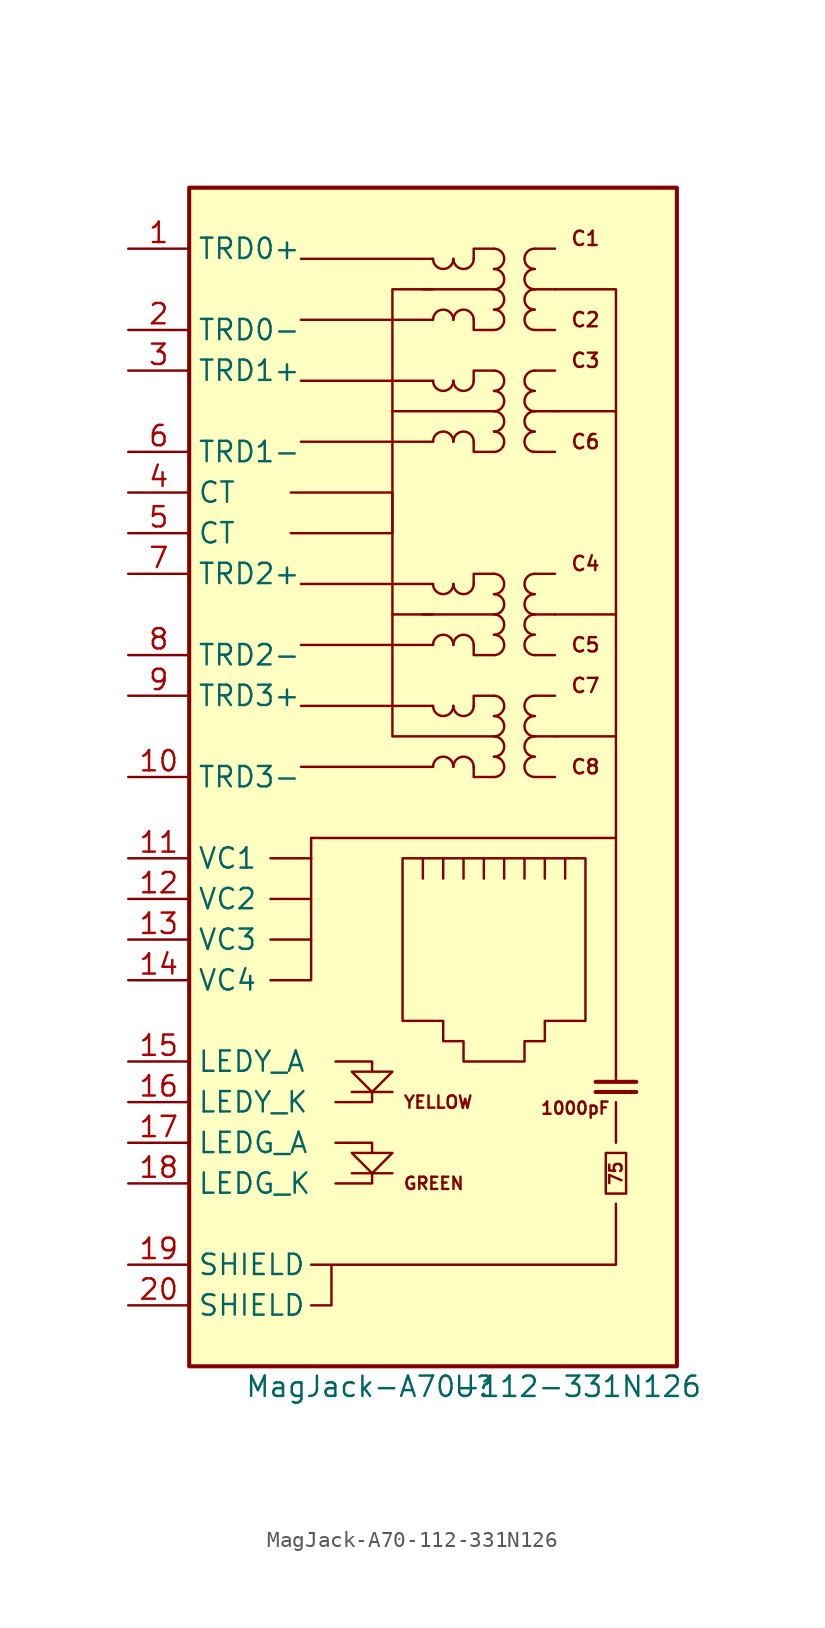
<source format=kicad_sym>
(kicad_symbol_lib
  (version 20211014)
  (generator kicad_symbol_editor)
  (symbol "MagJack-A70-112-331N126"
    (property "Reference" "U"
      (at 0 0 0)
      (effects (font (size 1.27 1.27))))
    (property "Value" "MagJack-A70-112-331N126"
      (at 0 0 0)
      (effects (font (size 1.27 1.27))))
    (symbol "MagJack-A70-112-331N126_0_1"
      (polyline (pts (xy 1.27 40.64) (xy -5.08 40.64) (xy -5.08 48.26) (xy -2.54 48.26) (xy -5.08 48.26)) (stroke (width 0) (type default) (color 0 0 0 0)) (fill (type none)))
      (polyline (pts (xy 1.27 60.96) (xy -5.08 60.96) (xy -5.08 68.58) (xy -2.54 68.58) (xy -5.08 68.58)) (stroke (width 0) (type default) (color 0 0 0 0)) (fill (type none))))
    (symbol "MagJack-A70-112-331N126_1_1"
      (rectangle (start -17.78 1.27) (end 12.7 74.93) (stroke (width 0.254) (type default) (color 0 0 0 0)) (fill (type background)))
      (arc (start -2.54 42.545) (mid -1.905 41.91) (end -1.27 42.545) (stroke (width 0) (type default) (color 0 0 0 0)) (fill (type none)))
      (arc (start -2.54 50.165) (mid -1.905 49.53) (end -1.27 50.165) (stroke (width 0) (type default) (color 0 0 0 0)) (fill (type none)))
      (arc (start -2.54 62.865) (mid -1.905 62.23) (end -1.27 62.865) (stroke (width 0) (type default) (color 0 0 0 0)) (fill (type none)))
      (arc (start -2.54 70.485) (mid -1.905 69.85) (end -1.27 70.485) (stroke (width 0) (type default) (color 0 0 0 0)) (fill (type none)))
      (arc (start -1.27 38.735) (mid -1.905 39.37) (end -2.54 38.735) (stroke (width 0) (type default) (color 0 0 0 0)) (fill (type none)))
      (arc (start -1.27 42.545) (mid -0.635 41.91) (end 0 42.545) (stroke (width 0) (type default) (color 0 0 0 0)) (fill (type none)))
      (arc (start -1.27 46.355) (mid -1.905 46.99) (end -2.54 46.355) (stroke (width 0) (type default) (color 0 0 0 0)) (fill (type none)))
      (arc (start -1.27 50.165) (mid -0.635 49.53) (end 0 50.165) (stroke (width 0) (type default) (color 0 0 0 0)) (fill (type none)))
      (arc (start -1.27 59.055) (mid -1.905 59.69) (end -2.54 59.055) (stroke (width 0) (type default) (color 0 0 0 0)) (fill (type none)))
      (arc (start -1.27 62.865) (mid -0.635 62.23) (end 0 62.865) (stroke (width 0) (type default) (color 0 0 0 0)) (fill (type none)))
      (arc (start -1.27 66.675) (mid -1.905 67.31) (end -2.54 66.675) (stroke (width 0) (type default) (color 0 0 0 0)) (fill (type none)))
      (arc (start -1.27 70.485) (mid -0.635 69.85) (end 0 70.485) (stroke (width 0) (type default) (color 0 0 0 0)) (fill (type none)))
      (polyline (pts (xy -12.7 27.94) (xy -10.16 27.94)) (stroke (width 0) (type default) (color 0 0 0 0)) (fill (type none)))
      (polyline (pts (xy -12.7 30.48) (xy -10.16 30.48)) (stroke (width 0) (type default) (color 0 0 0 0)) (fill (type none)))
      (polyline (pts (xy -12.7 33.02) (xy -10.16 33.02)) (stroke (width 0) (type default) (color 0 0 0 0)) (fill (type none)))
      (polyline (pts (xy -10.16 33.02) (xy -10.16 34.29)) (stroke (width 0) (type default) (color 0 0 0 0)) (fill (type none)))
      (polyline (pts (xy -5.08 13.335) (xy -7.62 13.335)) (stroke (width 0) (type default) (color 0 0 0 0)) (fill (type none)))
      (polyline (pts (xy -5.08 18.415) (xy -7.62 18.415)) (stroke (width 0) (type default) (color 0 0 0 0)) (fill (type none)))
      (polyline (pts (xy -5.08 48.26) (xy -5.08 60.96)) (stroke (width 0) (type default) (color 0 0 0 0)) (fill (type none)))
      (polyline (pts (xy -3.175 31.75) (xy -3.175 33.02)) (stroke (width 0) (type default) (color 0 0 0 0)) (fill (type none)))
      (polyline (pts (xy -3.175 48.26) (xy 1.27 48.26)) (stroke (width 0) (type default) (color 0 0 0 0)) (fill (type none)))
      (polyline (pts (xy -3.175 68.58) (xy 1.27 68.58)) (stroke (width 0) (type default) (color 0 0 0 0)) (fill (type none)))
      (polyline (pts (xy -2.54 38.735) (xy -10.795 38.735)) (stroke (width 0) (type default) (color 0 0 0 0)) (fill (type none)))
      (polyline (pts (xy -2.54 42.545) (xy -10.795 42.545)) (stroke (width 0) (type default) (color 0 0 0 0)) (fill (type none)))
      (polyline (pts (xy -2.54 46.355) (xy -10.795 46.355)) (stroke (width 0) (type default) (color 0 0 0 0)) (fill (type none)))
      (polyline (pts (xy -2.54 50.165) (xy -10.795 50.165)) (stroke (width 0) (type default) (color 0 0 0 0)) (fill (type none)))
      (polyline (pts (xy -2.54 59.055) (xy -10.795 59.055)) (stroke (width 0) (type default) (color 0 0 0 0)) (fill (type none)))
      (polyline (pts (xy -2.54 62.865) (xy -10.795 62.865)) (stroke (width 0) (type default) (color 0 0 0 0)) (fill (type none)))
      (polyline (pts (xy -2.54 66.675) (xy -10.795 66.675)) (stroke (width 0) (type default) (color 0 0 0 0)) (fill (type none)))
      (polyline (pts (xy -2.54 70.485) (xy -10.795 70.485)) (stroke (width 0) (type default) (color 0 0 0 0)) (fill (type none)))
      (polyline (pts (xy -1.905 33.02) (xy -1.905 31.75)) (stroke (width 0) (type default) (color 0 0 0 0)) (fill (type none)))
      (polyline (pts (xy -0.635 33.02) (xy -0.635 31.75)) (stroke (width 0) (type default) (color 0 0 0 0)) (fill (type none)))
      (polyline (pts (xy 0.635 33.02) (xy 0.635 31.75)) (stroke (width 0) (type default) (color 0 0 0 0)) (fill (type none)))
      (polyline (pts (xy 1.905 33.02) (xy 1.905 31.75)) (stroke (width 0) (type default) (color 0 0 0 0)) (fill (type none)))
      (polyline (pts (xy 3.175 33.02) (xy 3.175 31.75)) (stroke (width 0) (type default) (color 0 0 0 0)) (fill (type none)))
      (polyline (pts (xy 3.81 38.1) (xy 5.08 38.1)) (stroke (width 0) (type default) (color 0 0 0 0)) (fill (type none)))
      (polyline (pts (xy 3.81 40.64) (xy 5.08 40.64)) (stroke (width 0) (type default) (color 0 0 0 0)) (fill (type none)))
      (polyline (pts (xy 3.81 43.18) (xy 5.08 43.18)) (stroke (width 0) (type default) (color 0 0 0 0)) (fill (type none)))
      (polyline (pts (xy 3.81 45.72) (xy 5.08 45.72)) (stroke (width 0) (type default) (color 0 0 0 0)) (fill (type none)))
      (polyline (pts (xy 3.81 48.26) (xy 5.08 48.26)) (stroke (width 0) (type default) (color 0 0 0 0)) (fill (type none)))
      (polyline (pts (xy 3.81 50.8) (xy 5.08 50.8)) (stroke (width 0) (type default) (color 0 0 0 0)) (fill (type none)))
      (polyline (pts (xy 3.81 58.42) (xy 5.08 58.42)) (stroke (width 0) (type default) (color 0 0 0 0)) (fill (type none)))
      (polyline (pts (xy 3.81 60.96) (xy 5.08 60.96)) (stroke (width 0) (type default) (color 0 0 0 0)) (fill (type none)))
      (polyline (pts (xy 3.81 63.5) (xy 5.08 63.5)) (stroke (width 0) (type default) (color 0 0 0 0)) (fill (type none)))
      (polyline (pts (xy 3.81 66.04) (xy 5.08 66.04)) (stroke (width 0) (type default) (color 0 0 0 0)) (fill (type none)))
      (polyline (pts (xy 3.81 68.58) (xy 5.08 68.58)) (stroke (width 0) (type default) (color 0 0 0 0)) (fill (type none)))
      (polyline (pts (xy 3.81 71.12) (xy 5.08 71.12)) (stroke (width 0) (type default) (color 0 0 0 0)) (fill (type none)))
      (polyline (pts (xy 4.445 31.75) (xy 4.445 33.02)) (stroke (width 0) (type default) (color 0 0 0 0)) (fill (type none)))
      (polyline (pts (xy 5.08 40.64) (xy 8.89 40.64)) (stroke (width 0) (type default) (color 0 0 0 0)) (fill (type none)))
      (polyline (pts (xy 5.08 48.26) (xy 8.89 48.26)) (stroke (width 0) (type default) (color 0 0 0 0)) (fill (type none)))
      (polyline (pts (xy 5.08 60.96) (xy 8.89 60.96)) (stroke (width 0) (type default) (color 0 0 0 0)) (fill (type none)))
      (polyline (pts (xy 5.715 31.75) (xy 5.715 33.02)) (stroke (width 0) (type default) (color 0 0 0 0)) (fill (type none)))
      (polyline (pts (xy 7.62 18.415) (xy 10.16 18.415)) (stroke (width 0.254) (type default) (color 0 0 0 0)) (fill (type none)))
      (polyline (pts (xy 7.62 19.05) (xy 10.16 19.05)) (stroke (width 0.254) (type default) (color 0 0 0 0)) (fill (type none)))
      (polyline (pts (xy 8.89 15.24) (xy 8.89 17.78)) (stroke (width 0) (type default) (color 0 0 0 0)) (fill (type none)))
      (polyline (pts (xy 8.89 19.05) (xy 8.89 34.29)) (stroke (width 0) (type default) (color 0 0 0 0)) (fill (type none)))
      (polyline (pts (xy -10.16 33.02) (xy -10.16 25.4) (xy -12.7 25.4)) (stroke (width 0) (type default) (color 0 0 0 0)) (fill (type none)))
      (polyline (pts (xy -8.636 12.7) (xy -6.35 12.7) (xy -6.35 13.335)) (stroke (width 0) (type default) (color 0 0 0 0)) (fill (type none)))
      (polyline (pts (xy -8.636 15.24) (xy -6.35 15.24) (xy -6.35 14.605)) (stroke (width 0) (type default) (color 0 0 0 0)) (fill (type none)))
      (polyline (pts (xy -8.636 20.32) (xy -6.35 20.32) (xy -6.35 19.685)) (stroke (width 0) (type default) (color 0 0 0 0)) (fill (type none)))
      (polyline (pts (xy -6.35 18.415) (xy -6.35 17.78) (xy -8.636 17.78)) (stroke (width 0) (type default) (color 0 0 0 0)) (fill (type none)))
      (polyline (pts (xy 0 38.735) (xy 0 38.1) (xy 1.27 38.1)) (stroke (width 0) (type default) (color 0 0 0 0)) (fill (type none)))
      (polyline (pts (xy 0 46.355) (xy 0 45.72) (xy 1.27 45.72)) (stroke (width 0) (type default) (color 0 0 0 0)) (fill (type none)))
      (polyline (pts (xy 0 59.055) (xy 0 58.42) (xy 1.27 58.42)) (stroke (width 0) (type default) (color 0 0 0 0)) (fill (type none)))
      (polyline (pts (xy 0 66.675) (xy 0 66.04) (xy 1.27 66.04)) (stroke (width 0) (type default) (color 0 0 0 0)) (fill (type none)))
      (polyline (pts (xy 1.27 43.18) (xy 0 43.18) (xy 0 42.545)) (stroke (width 0) (type default) (color 0 0 0 0)) (fill (type none)))
      (polyline (pts (xy 1.27 50.8) (xy 0 50.8) (xy 0 50.165)) (stroke (width 0) (type default) (color 0 0 0 0)) (fill (type none)))
      (polyline (pts (xy 1.27 63.5) (xy 0 63.5) (xy 0 62.865)) (stroke (width 0) (type default) (color 0 0 0 0)) (fill (type none)))
      (polyline (pts (xy 1.27 71.12) (xy 0 71.12) (xy 0 70.485)) (stroke (width 0) (type default) (color 0 0 0 0)) (fill (type none)))
      (polyline (pts (xy -11.43 53.34) (xy -5.08 53.34) (xy -5.08 55.88) (xy -11.43 55.88)) (stroke (width 0) (type default) (color 0 0 0 0)) (fill (type none)))
      (polyline (pts (xy -10.16 34.29) (xy 8.89 34.29) (xy 8.89 68.58) (xy 5.08 68.58)) (stroke (width 0) (type default) (color 0 0 0 0)) (fill (type none)))
      (polyline (pts (xy -7.62 19.685) (xy -5.08 19.685) (xy -6.35 18.415) (xy -7.62 19.685)) (stroke (width 0) (type default) (color 0 0 0 0)) (fill (type none)))
      (polyline (pts (xy -5.08 14.605) (xy -7.62 14.605) (xy -6.35 13.335) (xy -5.08 14.605)) (stroke (width 0) (type default) (color 0 0 0 0)) (fill (type none)))
      (polyline (pts (xy -10.16 5.08) (xy -8.89 5.08) (xy -8.89 7.62) (xy -10.16 7.62) (xy -8.89 7.62) (xy 8.89 7.62) (xy 8.89 11.43)) (stroke (width 0) (type default) (color 0 0 0 0)) (fill (type none)))
      (polyline (pts (xy -4.445 33.02) (xy 6.985 33.02) (xy 6.985 22.86) (xy 4.445 22.86) (xy 4.445 21.59) (xy 3.175 21.59) (xy 3.175 20.32) (xy -0.635 20.32) (xy -0.635 21.59) (xy -1.905 21.59) (xy -1.905 22.86) (xy -4.445 22.86) (xy -4.445 33.02)) (stroke (width 0) (type default) (color 0 0 0 0)) (fill (type none)))
      (arc (start 0 38.735) (mid -0.635 39.37) (end -1.27 38.735) (stroke (width 0) (type default) (color 0 0 0 0)) (fill (type none)))
      (arc (start 0 46.355) (mid -0.635 46.99) (end -1.27 46.355) (stroke (width 0) (type default) (color 0 0 0 0)) (fill (type none)))
      (arc (start 0 59.055) (mid -0.635 59.69) (end -1.27 59.055) (stroke (width 0) (type default) (color 0 0 0 0)) (fill (type none)))
      (arc (start 0 66.675) (mid -0.635 67.31) (end -1.27 66.675) (stroke (width 0) (type default) (color 0 0 0 0)) (fill (type none)))
      (arc (start 1.27 38.1) (mid 1.905 38.735) (end 1.27 39.37) (stroke (width 0) (type default) (color 0 0 0 0)) (fill (type none)))
      (arc (start 1.27 39.37) (mid 1.905 40.005) (end 1.27 40.64) (stroke (width 0) (type default) (color 0 0 0 0)) (fill (type none)))
      (arc (start 1.27 40.64) (mid 1.905 41.275) (end 1.27 41.91) (stroke (width 0) (type default) (color 0 0 0 0)) (fill (type none)))
      (arc (start 1.27 41.91) (mid 1.905 42.545) (end 1.27 43.18) (stroke (width 0) (type default) (color 0 0 0 0)) (fill (type none)))
      (arc (start 1.27 45.72) (mid 1.905 46.355) (end 1.27 46.99) (stroke (width 0) (type default) (color 0 0 0 0)) (fill (type none)))
      (arc (start 1.27 46.99) (mid 1.905 47.625) (end 1.27 48.26) (stroke (width 0) (type default) (color 0 0 0 0)) (fill (type none)))
      (arc (start 1.27 48.26) (mid 1.905 48.895) (end 1.27 49.53) (stroke (width 0) (type default) (color 0 0 0 0)) (fill (type none)))
      (arc (start 1.27 49.53) (mid 1.905 50.165) (end 1.27 50.8) (stroke (width 0) (type default) (color 0 0 0 0)) (fill (type none)))
      (arc (start 1.27 58.42) (mid 1.905 59.055) (end 1.27 59.69) (stroke (width 0) (type default) (color 0 0 0 0)) (fill (type none)))
      (arc (start 1.27 59.69) (mid 1.905 60.325) (end 1.27 60.96) (stroke (width 0) (type default) (color 0 0 0 0)) (fill (type none)))
      (arc (start 1.27 60.96) (mid 1.905 61.595) (end 1.27 62.23) (stroke (width 0) (type default) (color 0 0 0 0)) (fill (type none)))
      (arc (start 1.27 62.23) (mid 1.905 62.865) (end 1.27 63.5) (stroke (width 0) (type default) (color 0 0 0 0)) (fill (type none)))
      (arc (start 1.27 66.04) (mid 1.905 66.675) (end 1.27 67.31) (stroke (width 0) (type default) (color 0 0 0 0)) (fill (type none)))
      (arc (start 1.27 67.31) (mid 1.905 67.945) (end 1.27 68.58) (stroke (width 0) (type default) (color 0 0 0 0)) (fill (type none)))
      (arc (start 1.27 68.58) (mid 1.905 69.215) (end 1.27 69.85) (stroke (width 0) (type default) (color 0 0 0 0)) (fill (type none)))
      (arc (start 1.27 69.85) (mid 1.905 70.485) (end 1.27 71.12) (stroke (width 0) (type default) (color 0 0 0 0)) (fill (type none)))
      (arc (start 3.81 39.37) (mid 3.175 38.735) (end 3.81 38.1) (stroke (width 0) (type default) (color 0 0 0 0)) (fill (type none)))
      (arc (start 3.81 40.64) (mid 3.175 40.005) (end 3.81 39.37) (stroke (width 0) (type default) (color 0 0 0 0)) (fill (type none)))
      (arc (start 3.81 41.91) (mid 3.175 41.275) (end 3.81 40.64) (stroke (width 0) (type default) (color 0 0 0 0)) (fill (type none)))
      (arc (start 3.81 43.18) (mid 3.175 42.545) (end 3.81 41.91) (stroke (width 0) (type default) (color 0 0 0 0)) (fill (type none)))
      (arc (start 3.81 46.99) (mid 3.175 46.355) (end 3.81 45.72) (stroke (width 0) (type default) (color 0 0 0 0)) (fill (type none)))
      (arc (start 3.81 48.26) (mid 3.175 47.625) (end 3.81 46.99) (stroke (width 0) (type default) (color 0 0 0 0)) (fill (type none)))
      (arc (start 3.81 49.53) (mid 3.175 48.895) (end 3.81 48.26) (stroke (width 0) (type default) (color 0 0 0 0)) (fill (type none)))
      (arc (start 3.81 50.8) (mid 3.175 50.165) (end 3.81 49.53) (stroke (width 0) (type default) (color 0 0 0 0)) (fill (type none)))
      (arc (start 3.81 59.69) (mid 3.175 59.055) (end 3.81 58.42) (stroke (width 0) (type default) (color 0 0 0 0)) (fill (type none)))
      (arc (start 3.81 60.96) (mid 3.175 60.325) (end 3.81 59.69) (stroke (width 0) (type default) (color 0 0 0 0)) (fill (type none)))
      (arc (start 3.81 62.23) (mid 3.175 61.595) (end 3.81 60.96) (stroke (width 0) (type default) (color 0 0 0 0)) (fill (type none)))
      (arc (start 3.81 63.5) (mid 3.175 62.865) (end 3.81 62.23) (stroke (width 0) (type default) (color 0 0 0 0)) (fill (type none)))
      (arc (start 3.81 67.31) (mid 3.175 66.675) (end 3.81 66.04) (stroke (width 0) (type default) (color 0 0 0 0)) (fill (type none)))
      (arc (start 3.81 68.58) (mid 3.175 67.945) (end 3.81 67.31) (stroke (width 0) (type default) (color 0 0 0 0)) (fill (type none)))
      (arc (start 3.81 69.85) (mid 3.175 69.215) (end 3.81 68.58) (stroke (width 0) (type default) (color 0 0 0 0)) (fill (type none)))
      (arc (start 3.81 71.12) (mid 3.175 70.485) (end 3.81 69.85) (stroke (width 0) (type default) (color 0 0 0 0)) (fill (type none)))
      (rectangle (start 9.525 12.065) (end 8.255 14.605) (stroke (width 0) (type default) (color 0 0 0 0)) (fill (type none)))
      (text "1000pF" (at 6.35 17.399 0) (effects (font (size 0.762 0.762))))
      (text "75" (at 8.89 13.335 900) (effects (font (size 0.762 0.762))))
      (text "C1" (at 6.985 71.755 0) (effects (font (size 0.889 0.889))))
      (text "C2" (at 6.985 66.675 0) (effects (font (size 0.889 0.889))))
      (text "C3" (at 6.985 64.135 0) (effects (font (size 0.889 0.889))))
      (text "C4" (at 6.985 51.435 0) (effects (font (size 0.889 0.889))))
      (text "C5" (at 6.985 46.355 0) (effects (font (size 0.889 0.889))))
      (text "C6" (at 6.985 59.055 0) (effects (font (size 0.889 0.889))))
      (text "C7" (at 6.985 43.815 0) (effects (font (size 0.889 0.889))))
      (text "C8" (at 6.985 38.735 0) (effects (font (size 0.889 0.889))))
      (text "GREEN" (at -4.445 12.7 0) (effects (font (size 0.762 0.762)) (justify left)))
      (text "YELLOW" (at -4.445 17.78 0) (effects (font (size 0.762 0.762)) (justify left)))
      (pin passive line (at -21.59 71.12 0) (length 3.81) (name "TRD0+" (effects (font (size 1.27 1.27)))) (number "1" (effects (font (size 1.27 1.27)))))
      (pin passive line (at -21.59 38.1 0) (length 3.81) (name "TRD3-" (effects (font (size 1.27 1.27)))) (number "10" (effects (font (size 1.27 1.27)))))
      (pin passive line (at -21.59 33.02 0) (length 3.81) (name "VC1" (effects (font (size 1.27 1.27)))) (number "11" (effects (font (size 1.27 1.27)))))
      (pin passive line (at -21.59 30.48 0) (length 3.81) (name "VC2" (effects (font (size 1.27 1.27)))) (number "12" (effects (font (size 1.27 1.27)))))
      (pin passive line (at -21.59 27.94 0) (length 3.81) (name "VC3" (effects (font (size 1.27 1.27)))) (number "13" (effects (font (size 1.27 1.27)))))
      (pin passive line (at -21.59 25.4 0) (length 3.81) (name "VC4" (effects (font (size 1.27 1.27)))) (number "14" (effects (font (size 1.27 1.27)))))
      (pin passive line (at -21.59 20.32 0) (length 3.81) (name "LEDY_A" (effects (font (size 1.27 1.27)))) (number "15" (effects (font (size 1.27 1.27)))))
      (pin passive line (at -21.59 17.78 0) (length 3.81) (name "LEDY_K" (effects (font (size 1.27 1.27)))) (number "16" (effects (font (size 1.27 1.27)))))
      (pin passive line (at -21.59 15.24 0) (length 3.81) (name "LEDG_A" (effects (font (size 1.27 1.27)))) (number "17" (effects (font (size 1.27 1.27)))))
      (pin passive line (at -21.59 12.7 0) (length 3.81) (name "LEDG_K" (effects (font (size 1.27 1.27)))) (number "18" (effects (font (size 1.27 1.27)))))
      (pin passive line (at -21.59 7.62 0) (length 3.81) (name "SHIELD" (effects (font (size 1.27 1.27)))) (number "19" (effects (font (size 1.27 1.27)))))
      (pin passive line (at -21.59 66.04 0) (length 3.81) (name "TRD0-" (effects (font (size 1.27 1.27)))) (number "2" (effects (font (size 1.27 1.27)))))
      (pin passive line (at -21.59 5.08 0) (length 3.81) (name "SHIELD" (effects (font (size 1.27 1.27)))) (number "20" (effects (font (size 1.27 1.27)))))
      (pin passive line (at -21.59 63.5 0) (length 3.81) (name "TRD1+" (effects (font (size 1.27 1.27)))) (number "3" (effects (font (size 1.27 1.27)))))
      (pin passive line (at -21.59 55.88 0) (length 3.81) (name "CT" (effects (font (size 1.27 1.27)))) (number "4" (effects (font (size 1.27 1.27)))))
      (pin passive line (at -21.59 53.34 0) (length 3.81) (name "CT" (effects (font (size 1.27 1.27)))) (number "5" (effects (font (size 1.27 1.27)))))
      (pin passive line (at -21.59 58.42 0) (length 3.81) (name "TRD1-" (effects (font (size 1.27 1.27)))) (number "6" (effects (font (size 1.27 1.27)))))
      (pin passive line (at -21.59 50.8 0) (length 3.81) (name "TRD2+" (effects (font (size 1.27 1.27)))) (number "7" (effects (font (size 1.27 1.27)))))
      (pin passive line (at -21.59 45.72 0) (length 3.81) (name "TRD2-" (effects (font (size 1.27 1.27)))) (number "8" (effects (font (size 1.27 1.27)))))
      (pin passive line (at -21.59 43.18 0) (length 3.81) (name "TRD3+" (effects (font (size 1.27 1.27)))) (number "9" (effects (font (size 1.27 1.27))))))))
</source>
